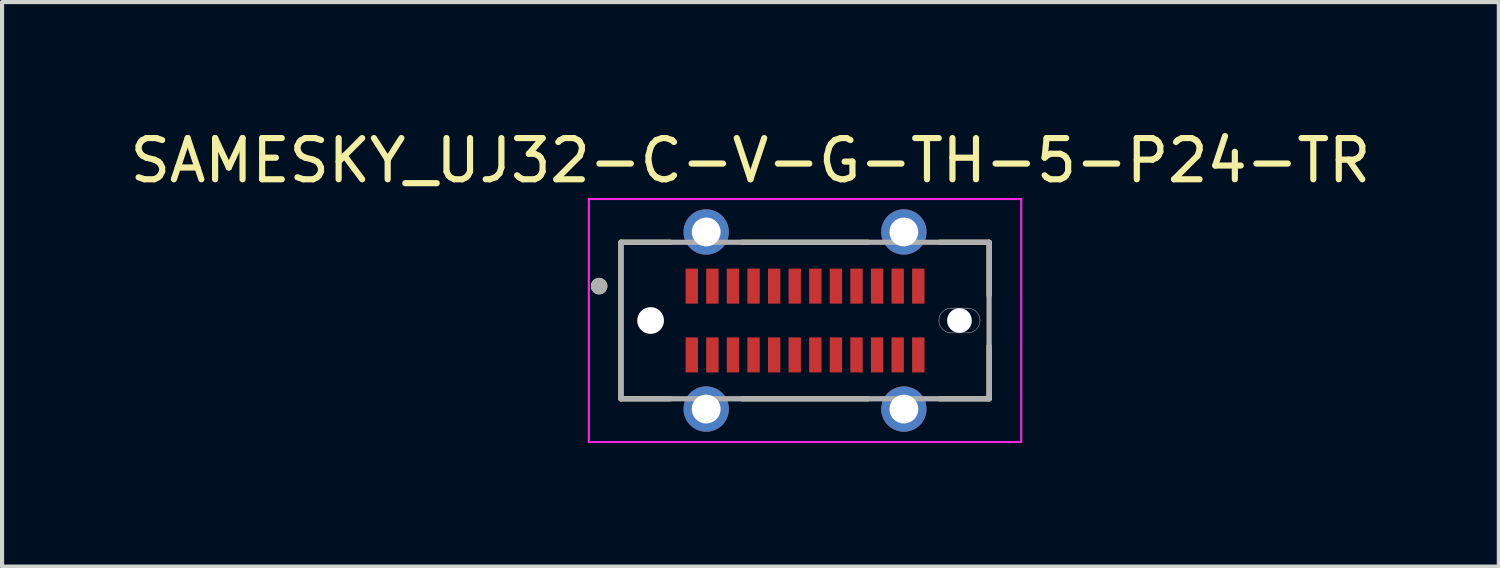
<source format=kicad_pcb>
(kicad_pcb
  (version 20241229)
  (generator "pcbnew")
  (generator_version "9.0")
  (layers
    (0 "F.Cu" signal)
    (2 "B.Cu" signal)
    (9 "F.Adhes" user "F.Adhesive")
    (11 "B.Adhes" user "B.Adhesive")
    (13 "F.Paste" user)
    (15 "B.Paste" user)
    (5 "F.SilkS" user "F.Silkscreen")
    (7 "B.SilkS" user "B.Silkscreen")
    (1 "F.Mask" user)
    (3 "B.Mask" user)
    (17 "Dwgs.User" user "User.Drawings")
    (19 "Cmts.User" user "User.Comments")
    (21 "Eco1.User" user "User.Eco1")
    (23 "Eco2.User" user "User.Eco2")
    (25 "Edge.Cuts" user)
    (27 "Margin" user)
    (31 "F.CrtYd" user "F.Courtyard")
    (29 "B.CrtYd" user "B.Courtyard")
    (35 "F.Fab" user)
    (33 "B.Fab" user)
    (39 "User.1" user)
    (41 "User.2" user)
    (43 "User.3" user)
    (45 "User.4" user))
  (footprint "SAMESKY_UJ32-C-V-G-TH-5-P24-TR"
    (layer "F.Cu")
    (at 16.498 4.733)
    (property "Reference" "SAMESKY_UJ32-C-V-G-TH-5-P24-TR" (at -1.325 -3.885 0) (layer "F.SilkS") (effects (font (size 1 1) (thickness 0.15))))
    (attr smd)
    (fp_poly (pts (xy 3.55 -0.4) (xy 3.95 -0.4) (xy 3.971 -0.399) (xy 3.992 -0.398) (xy 4.013 -0.395) (xy 4.033 -0.391) (xy 4.054 -0.386) (xy 4.074 -0.38) (xy 4.093 -0.373) (xy 4.113 -0.365) (xy 4.132 -0.356) (xy 4.15 -0.346) (xy 4.168 -0.335) (xy 4.185 -0.324) (xy 4.202 -0.311) (xy 4.218 -0.297) (xy 4.233 -0.283) (xy 4.247 -0.268) (xy 4.261 -0.252) (xy 4.274 -0.235) (xy 4.285 -0.218) (xy 4.296 -0.2) (xy 4.306 -0.182) (xy 4.315 -0.163) (xy 4.323 -0.143) (xy 4.33 -0.124) (xy 4.336 -0.104) (xy 4.341 -0.083) (xy 4.345 -0.063) (xy 4.348 -0.042) (xy 4.349 -0.021) (xy 4.35 0) (xy 4.349 0.021) (xy 4.348 0.042) (xy 4.345 0.063) (xy 4.341 0.083) (xy 4.336 0.104) (xy 4.33 0.124) (xy 4.323 0.143) (xy 4.315 0.163) (xy 4.306 0.182) (xy 4.296 0.2) (xy 4.285 0.218) (xy 4.274 0.235) (xy 4.261 0.252) (xy 4.247 0.268) (xy 4.233 0.283) (xy 4.218 0.297) (xy 4.202 0.311) (xy 4.185 0.324) (xy 4.168 0.335) (xy 4.15 0.346) (xy 4.132 0.356) (xy 4.113 0.365) (xy 4.093 0.373) (xy 4.074 0.38) (xy 4.054 0.386) (xy 4.033 0.391) (xy 4.013 0.395) (xy 3.992 0.398) (xy 3.971 0.399) (xy 3.95 0.4) (xy 3.55 0.4) (xy 3.529 0.399) (xy 3.508 0.398) (xy 3.487 0.395) (xy 3.467 0.391) (xy 3.446 0.386) (xy 3.426 0.38) (xy 3.407 0.373) (xy 3.387 0.365) (xy 3.368 0.356) (xy 3.35 0.346) (xy 3.332 0.335) (xy 3.315 0.324) (xy 3.298 0.311) (xy 3.282 0.297) (xy 3.267 0.283) (xy 3.253 0.268) (xy 3.239 0.252) (xy 3.226 0.235) (xy 3.215 0.218) (xy 3.204 0.2) (xy 3.194 0.182) (xy 3.185 0.163) (xy 3.177 0.143) (xy 3.17 0.124) (xy 3.164 0.104) (xy 3.159 0.083) (xy 3.155 0.063) (xy 3.152 0.042) (xy 3.151 0.021) (xy 3.15 0) (xy 3.151 -0.021) (xy 3.152 -0.042) (xy 3.155 -0.063) (xy 3.159 -0.083) (xy 3.164 -0.104) (xy 3.17 -0.124) (xy 3.177 -0.143) (xy 3.185 -0.163) (xy 3.194 -0.182) (xy 3.204 -0.2) (xy 3.215 -0.218) (xy 3.226 -0.235) (xy 3.239 -0.252) (xy 3.253 -0.268) (xy 3.267 -0.283) (xy 3.282 -0.297) (xy 3.298 -0.311) (xy 3.315 -0.324) (xy 3.332 -0.335) (xy 3.35 -0.346) (xy 3.368 -0.356) (xy 3.387 -0.365) (xy 3.407 -0.373) (xy 3.426 -0.38) (xy 3.446 -0.386) (xy 3.467 -0.391) (xy 3.487 -0.395) (xy 3.508 -0.398) (xy 3.529 -0.399) (xy 3.55 -0.4)) (stroke (width 0.01) (type solid)) (fill yes) (layer "F.Mask"))
    (fp_poly (pts (xy 3.55 -0.4) (xy 3.95 -0.4) (xy 3.971 -0.399) (xy 3.992 -0.398) (xy 4.013 -0.395) (xy 4.033 -0.391) (xy 4.054 -0.386) (xy 4.074 -0.38) (xy 4.093 -0.373) (xy 4.113 -0.365) (xy 4.132 -0.356) (xy 4.15 -0.346) (xy 4.168 -0.335) (xy 4.185 -0.324) (xy 4.202 -0.311) (xy 4.218 -0.297) (xy 4.233 -0.283) (xy 4.247 -0.268) (xy 4.261 -0.252) (xy 4.274 -0.235) (xy 4.285 -0.218) (xy 4.296 -0.2) (xy 4.306 -0.182) (xy 4.315 -0.163) (xy 4.323 -0.143) (xy 4.33 -0.124) (xy 4.336 -0.104) (xy 4.341 -0.083) (xy 4.345 -0.063) (xy 4.348 -0.042) (xy 4.349 -0.021) (xy 4.35 0) (xy 4.349 0.021) (xy 4.348 0.042) (xy 4.345 0.063) (xy 4.341 0.083) (xy 4.336 0.104) (xy 4.33 0.124) (xy 4.323 0.143) (xy 4.315 0.163) (xy 4.306 0.182) (xy 4.296 0.2) (xy 4.285 0.218) (xy 4.274 0.235) (xy 4.261 0.252) (xy 4.247 0.268) (xy 4.233 0.283) (xy 4.218 0.297) (xy 4.202 0.311) (xy 4.185 0.324) (xy 4.168 0.335) (xy 4.15 0.346) (xy 4.132 0.356) (xy 4.113 0.365) (xy 4.093 0.373) (xy 4.074 0.38) (xy 4.054 0.386) (xy 4.033 0.391) (xy 4.013 0.395) (xy 3.992 0.398) (xy 3.971 0.399) (xy 3.95 0.4) (xy 3.55 0.4) (xy 3.529 0.399) (xy 3.508 0.398) (xy 3.487 0.395) (xy 3.467 0.391) (xy 3.446 0.386) (xy 3.426 0.38) (xy 3.407 0.373) (xy 3.387 0.365) (xy 3.368 0.356) (xy 3.35 0.346) (xy 3.332 0.335) (xy 3.315 0.324) (xy 3.298 0.311) (xy 3.282 0.297) (xy 3.267 0.283) (xy 3.253 0.268) (xy 3.239 0.252) (xy 3.226 0.235) (xy 3.215 0.218) (xy 3.204 0.2) (xy 3.194 0.182) (xy 3.185 0.163) (xy 3.177 0.143) (xy 3.17 0.124) (xy 3.164 0.104) (xy 3.159 0.083) (xy 3.155 0.063) (xy 3.152 0.042) (xy 3.151 0.021) (xy 3.15 0) (xy 3.151 -0.021) (xy 3.152 -0.042) (xy 3.155 -0.063) (xy 3.159 -0.083) (xy 3.164 -0.104) (xy 3.17 -0.124) (xy 3.177 -0.143) (xy 3.185 -0.163) (xy 3.194 -0.182) (xy 3.204 -0.2) (xy 3.215 -0.218) (xy 3.226 -0.235) (xy 3.239 -0.252) (xy 3.253 -0.268) (xy 3.267 -0.283) (xy 3.282 -0.297) (xy 3.298 -0.311) (xy 3.315 -0.324) (xy 3.332 -0.335) (xy 3.35 -0.346) (xy 3.368 -0.356) (xy 3.387 -0.365) (xy 3.407 -0.373) (xy 3.426 -0.38) (xy 3.446 -0.386) (xy 3.467 -0.391) (xy 3.487 -0.395) (xy 3.508 -0.398) (xy 3.529 -0.399) (xy 3.55 -0.4)) (stroke (width 0.01) (type solid)) (fill yes) (layer "B.Mask"))
    (fp_line (start -4.47 -1.9) (end -3.27 -1.9) (stroke (width 0.127) (type solid)) (layer "F.SilkS"))
    (fp_line (start -4.47 1.9) (end -4.47 -1.9) (stroke (width 0.127) (type solid)) (layer "F.SilkS"))
    (fp_line (start -3.27 1.9) (end -4.47 1.9) (stroke (width 0.127) (type solid)) (layer "F.SilkS"))
    (fp_line (start -1.53 -1.9) (end 1.53 -1.9) (stroke (width 0.127) (type solid)) (layer "F.SilkS"))
    (fp_line (start 1.53 1.9) (end -1.53 1.9) (stroke (width 0.127) (type solid)) (layer "F.SilkS"))
    (fp_line (start 3.27 -1.9) (end 4.47 -1.9) (stroke (width 0.127) (type solid)) (layer "F.SilkS"))
    (fp_line (start 4.47 -1.9) (end 4.47 -0.62) (stroke (width 0.127) (type solid)) (layer "F.SilkS"))
    (fp_line (start 4.47 0.62) (end 4.47 1.9) (stroke (width 0.127) (type solid)) (layer "F.SilkS"))
    (fp_line (start 4.47 1.9) (end 3.27 1.9) (stroke (width 0.127) (type solid)) (layer "F.SilkS"))
    (fp_circle (center -5 -0.835) (end -4.9 -0.835) (stroke (width 0.2) (type solid)) (fill no) (layer "F.SilkS"))
    (fp_line (start 3.55 -0.3) (end 3.95 -0.3) (stroke (width 0.01) (type solid)) (layer "Edge.Cuts"))
    (fp_line (start 3.95 0.3) (end 3.55 0.3) (stroke (width 0.01) (type solid)) (layer "Edge.Cuts"))
    (fp_arc (start 3.25 0) (mid 3.337868 -0.212132) (end 3.55 -0.3) (stroke (width 0.01) (type solid)) (layer "Edge.Cuts"))
    (fp_arc (start 3.55 0.3) (mid 3.337868 0.212132) (end 3.25 0) (stroke (width 0.01) (type solid)) (layer "Edge.Cuts"))
    (fp_arc (start 3.95 -0.3) (mid 4.162132 -0.212132) (end 4.25 0) (stroke (width 0.01) (type solid)) (layer "Edge.Cuts"))
    (fp_arc (start 4.25 0) (mid 4.162132 0.212132) (end 3.95 0.3) (stroke (width 0.01) (type solid)) (layer "Edge.Cuts"))
    (fp_line (start -5.25 -2.95) (end 5.25 -2.95) (stroke (width 0.05) (type solid)) (layer "F.CrtYd"))
    (fp_line (start -5.25 2.95) (end -5.25 -2.95) (stroke (width 0.05) (type solid)) (layer "F.CrtYd"))
    (fp_line (start 5.25 -2.95) (end 5.25 2.95) (stroke (width 0.05) (type solid)) (layer "F.CrtYd"))
    (fp_line (start 5.25 2.95) (end -5.25 2.95) (stroke (width 0.05) (type solid)) (layer "F.CrtYd"))
    (fp_line (start -4.47 -1.9) (end 4.47 -1.9) (stroke (width 0.127) (type solid)) (layer "F.Fab"))
    (fp_line (start -4.47 1.9) (end -4.47 -1.9) (stroke (width 0.127) (type solid)) (layer "F.Fab"))
    (fp_line (start 4.47 -1.9) (end 4.47 1.9) (stroke (width 0.127) (type solid)) (layer "F.Fab"))
    (fp_line (start 4.47 1.9) (end -4.47 1.9) (stroke (width 0.127) (type solid)) (layer "F.Fab"))
    (fp_circle (center -5 -0.835) (end -4.9 -0.835) (stroke (width 0.2) (type solid)) (fill no) (layer "F.Fab"))
    (pad "" np_thru_hole circle (at -3.75 0) (size 0.65 0.65) (drill 0.65) (layers "*.Cu" "*.Mask"))
    (pad "" np_thru_hole circle (at 3.75 0) (size 0.6 0.6) (drill 0.6) (layers "*.Cu" "*.Mask"))
    (pad "A1" smd rect (at -2.75 -0.835) (size 0.3 0.85) (layers "F.Cu" "F.Mask" "F.Paste"))
    (pad "A2" smd rect (at -2.25 -0.835) (size 0.3 0.85) (layers "F.Cu" "F.Mask" "F.Paste"))
    (pad "A3" smd rect (at -1.75 -0.835) (size 0.3 0.85) (layers "F.Cu" "F.Mask" "F.Paste"))
    (pad "A4" smd rect (at -1.25 -0.835) (size 0.3 0.85) (layers "F.Cu" "F.Mask" "F.Paste"))
    (pad "A5" smd rect (at -0.75 -0.835) (size 0.3 0.85) (layers "F.Cu" "F.Mask" "F.Paste"))
    (pad "A6" smd rect (at -0.25 -0.835) (size 0.3 0.85) (layers "F.Cu" "F.Mask" "F.Paste"))
    (pad "A7" smd rect (at 0.25 -0.835) (size 0.3 0.85) (layers "F.Cu" "F.Mask" "F.Paste"))
    (pad "A8" smd rect (at 0.75 -0.835) (size 0.3 0.85) (layers "F.Cu" "F.Mask" "F.Paste"))
    (pad "A9" smd rect (at 1.25 -0.835) (size 0.3 0.85) (layers "F.Cu" "F.Mask" "F.Paste"))
    (pad "A10" smd rect (at 1.75 -0.835) (size 0.3 0.85) (layers "F.Cu" "F.Mask" "F.Paste"))
    (pad "A11" smd rect (at 2.25 -0.835) (size 0.3 0.85) (layers "F.Cu" "F.Mask" "F.Paste"))
    (pad "A12" smd rect (at 2.75 -0.835) (size 0.3 0.85) (layers "F.Cu" "F.Mask" "F.Paste"))
    (pad "B1" smd rect (at 2.75 0.835) (size 0.3 0.85) (layers "F.Cu" "F.Mask" "F.Paste"))
    (pad "B2" smd rect (at 2.25 0.835) (size 0.3 0.85) (layers "F.Cu" "F.Mask" "F.Paste"))
    (pad "B3" smd rect (at 1.75 0.835) (size 0.3 0.85) (layers "F.Cu" "F.Mask" "F.Paste"))
    (pad "B4" smd rect (at 1.25 0.835) (size 0.3 0.85) (layers "F.Cu" "F.Mask" "F.Paste"))
    (pad "B5" smd rect (at 0.75 0.835) (size 0.3 0.85) (layers "F.Cu" "F.Mask" "F.Paste"))
    (pad "B6" smd rect (at 0.25 0.835) (size 0.3 0.85) (layers "F.Cu" "F.Mask" "F.Paste"))
    (pad "B7" smd rect (at -0.25 0.835) (size 0.3 0.85) (layers "F.Cu" "F.Mask" "F.Paste"))
    (pad "B8" smd rect (at -0.75 0.835) (size 0.3 0.85) (layers "F.Cu" "F.Mask" "F.Paste"))
    (pad "B9" smd rect (at -1.25 0.835) (size 0.3 0.85) (layers "F.Cu" "F.Mask" "F.Paste"))
    (pad "B10" smd rect (at -1.75 0.835) (size 0.3 0.85) (layers "F.Cu" "F.Mask" "F.Paste"))
    (pad "B11" smd rect (at -2.25 0.835) (size 0.3 0.85) (layers "F.Cu" "F.Mask" "F.Paste"))
    (pad "B12" smd rect (at -2.75 0.835) (size 0.3 0.85) (layers "F.Cu" "F.Mask" "F.Paste"))
    (pad "SH1" thru_hole circle (at -2.4 -2.15) (size 1.1 1.1) (drill 0.7) (layers "*.Cu" "*.Mask"))
    (pad "SH2" thru_hole circle (at 2.4 -2.15) (size 1.1 1.1) (drill 0.7) (layers "*.Cu" "*.Mask"))
    (pad "SH3" thru_hole circle (at -2.4 2.15) (size 1.1 1.1) (drill 0.7) (layers "*.Cu" "*.Mask"))
    (pad "SH4" thru_hole circle (at 2.4 2.15) (size 1.1 1.1) (drill 0.7) (layers "*.Cu" "*.Mask")))
  (gr_rect
    (start -3 -3)
    (end 33.345 10.708)
    (stroke (width 0.1) (type default))
    (fill no)
    (layer "Edge.Cuts")))
</source>
